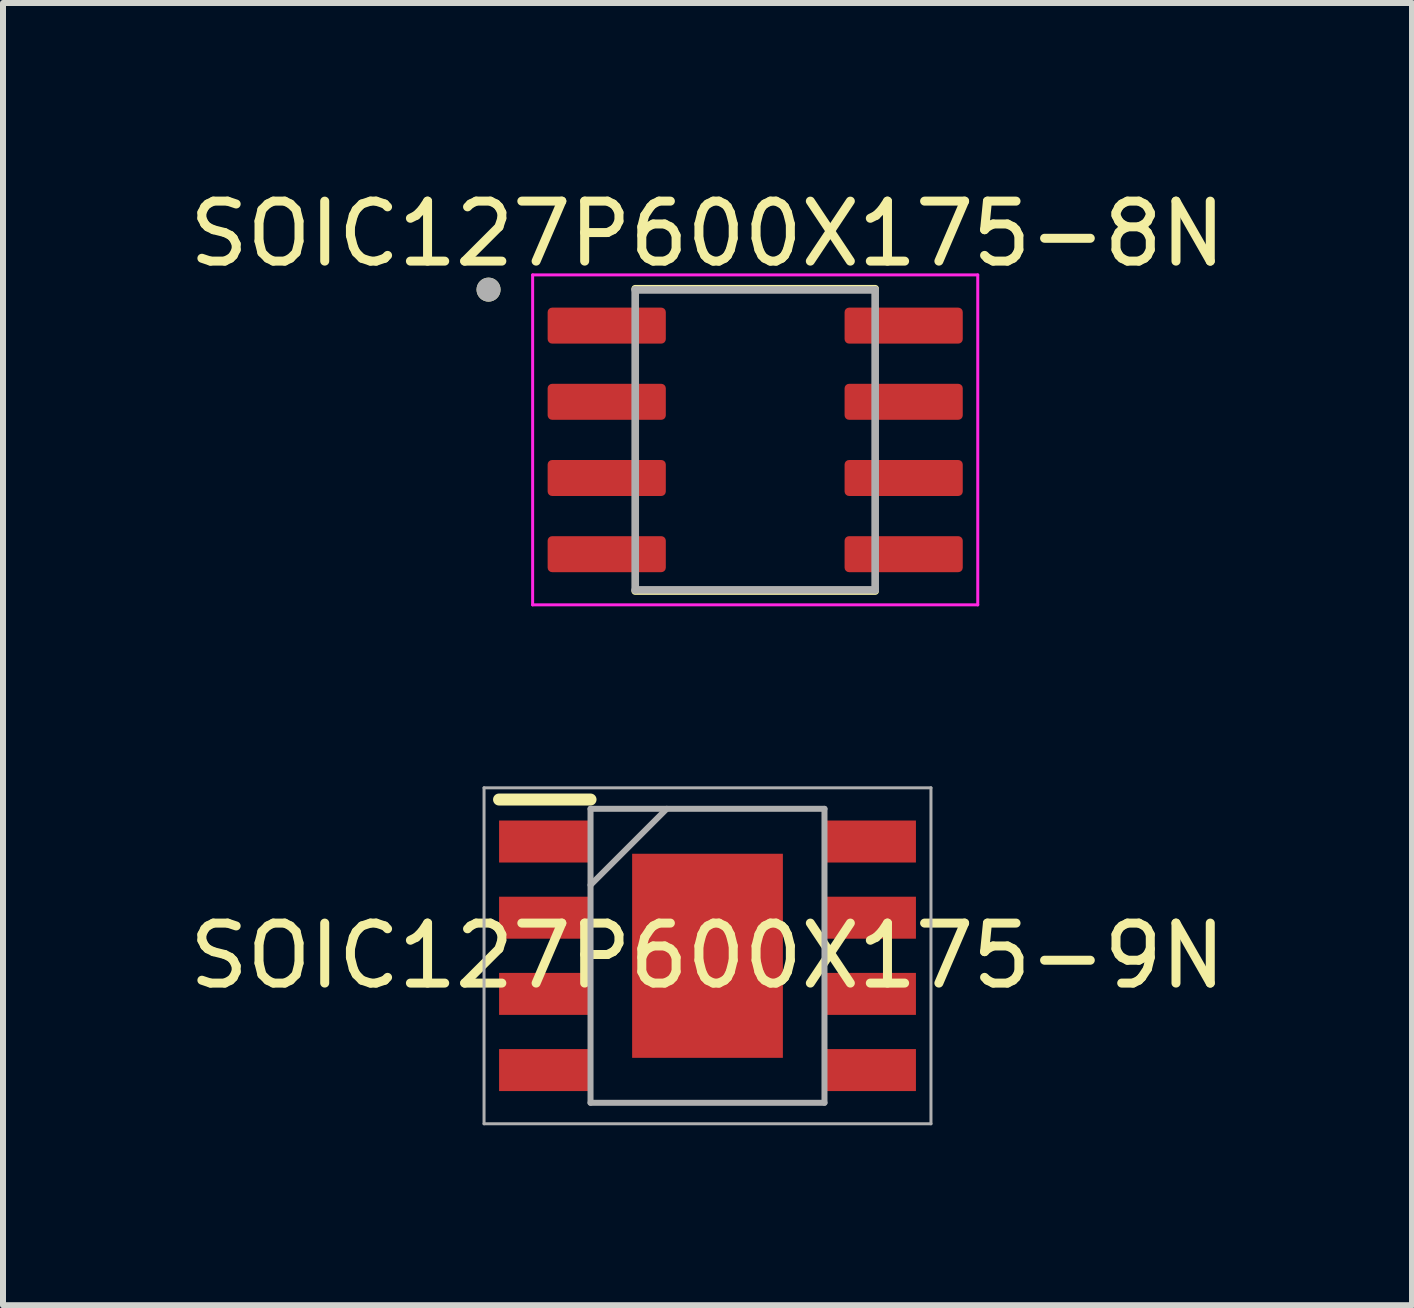
<source format=kicad_pcb>
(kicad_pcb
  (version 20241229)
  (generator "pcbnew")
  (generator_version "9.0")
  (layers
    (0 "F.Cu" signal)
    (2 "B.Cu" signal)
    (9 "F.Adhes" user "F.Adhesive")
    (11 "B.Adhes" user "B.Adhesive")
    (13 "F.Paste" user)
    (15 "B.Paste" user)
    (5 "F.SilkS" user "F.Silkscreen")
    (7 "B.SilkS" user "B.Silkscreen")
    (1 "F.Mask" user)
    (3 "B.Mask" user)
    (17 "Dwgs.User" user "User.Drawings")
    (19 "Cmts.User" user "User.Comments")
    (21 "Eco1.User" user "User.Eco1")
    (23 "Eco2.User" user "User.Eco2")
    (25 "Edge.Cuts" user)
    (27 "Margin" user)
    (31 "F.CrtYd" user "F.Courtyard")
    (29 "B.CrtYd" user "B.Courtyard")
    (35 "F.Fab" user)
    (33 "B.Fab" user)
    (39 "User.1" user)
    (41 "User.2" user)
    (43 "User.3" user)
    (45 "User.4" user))
  (footprint "SOIC127P600X175-8N"
    (layer "F.Cu")
    (at 9.539 4.283)
    (property "Reference" "SOIC127P600X175-8N" (at -0.795 -3.435 0) (layer "F.SilkS") (effects (font (size 1 1) (thickness 0.15))))
    (attr smd)
    (fp_line (start -2 -2.52) (end 2 -2.52) (stroke (width 0.127) (type solid)) (layer "F.SilkS"))
    (fp_line (start -2 2.52) (end 2 2.52) (stroke (width 0.127) (type solid)) (layer "F.SilkS"))
    (fp_circle (center -4.445 -2.505) (end -4.345 -2.505) (stroke (width 0.2) (type solid)) (fill no) (layer "F.SilkS"))
    (fp_line (start -3.71 -2.75) (end -3.71 2.75) (stroke (width 0.05) (type solid)) (layer "F.CrtYd"))
    (fp_line (start -3.71 -2.75) (end 3.71 -2.75) (stroke (width 0.05) (type solid)) (layer "F.CrtYd"))
    (fp_line (start -3.71 2.75) (end 3.71 2.75) (stroke (width 0.05) (type solid)) (layer "F.CrtYd"))
    (fp_line (start 3.71 -2.75) (end 3.71 2.75) (stroke (width 0.05) (type solid)) (layer "F.CrtYd"))
    (fp_line (start -2 -2.5) (end -2 2.5) (stroke (width 0.127) (type solid)) (layer "F.Fab"))
    (fp_line (start -2 -2.5) (end 2 -2.5) (stroke (width 0.127) (type solid)) (layer "F.Fab"))
    (fp_line (start -2 2.5) (end 2 2.5) (stroke (width 0.127) (type solid)) (layer "F.Fab"))
    (fp_line (start 2 -2.5) (end 2 2.5) (stroke (width 0.127) (type solid)) (layer "F.Fab"))
    (fp_circle (center -4.445 -2.505) (end -4.345 -2.505) (stroke (width 0.2) (type solid)) (fill no) (layer "F.Fab"))
    (pad "1" smd roundrect (at -2.475 -1.905) (size 1.97 0.6) (layers "F.Cu" "F.Mask" "F.Paste") (roundrect_rratio 0.125))
    (pad "2" smd roundrect (at -2.475 -0.635) (size 1.97 0.6) (layers "F.Cu" "F.Mask" "F.Paste") (roundrect_rratio 0.125))
    (pad "3" smd roundrect (at -2.475 0.635) (size 1.97 0.6) (layers "F.Cu" "F.Mask" "F.Paste") (roundrect_rratio 0.125))
    (pad "4" smd roundrect (at -2.475 1.905) (size 1.97 0.6) (layers "F.Cu" "F.Mask" "F.Paste") (roundrect_rratio 0.125))
    (pad "5" smd roundrect (at 2.475 1.905) (size 1.97 0.6) (layers "F.Cu" "F.Mask" "F.Paste") (roundrect_rratio 0.125))
    (pad "6" smd roundrect (at 2.475 0.635) (size 1.97 0.6) (layers "F.Cu" "F.Mask" "F.Paste") (roundrect_rratio 0.125))
    (pad "7" smd roundrect (at 2.475 -0.635) (size 1.97 0.6) (layers "F.Cu" "F.Mask" "F.Paste") (roundrect_rratio 0.125))
    (pad "8" smd roundrect (at 2.475 -1.905) (size 1.97 0.6) (layers "F.Cu" "F.Mask" "F.Paste") (roundrect_rratio 0.125)))
  (footprint "SOIC127P600X175-9N"
    (layer "F.Cu")
    (at 8.744 12.883)
    (property "Reference" "SOIC127P600X175-9N" (at 0 0 0) (layer "F.SilkS") (effects (font (size 1 1) (thickness 0.15))))
    (attr smd)
    (fp_line (start -3.475 -2.605) (end -1.95 -2.605) (stroke (width 0.2) (type solid)) (layer "F.SilkS"))
    (fp_line (start -3.725 -2.8) (end 3.725 -2.8) (stroke (width 0.05) (type solid)) (layer "F.Fab"))
    (fp_line (start -3.725 2.8) (end -3.725 -2.8) (stroke (width 0.05) (type solid)) (layer "F.Fab"))
    (fp_line (start -1.95 -2.45) (end 1.95 -2.45) (stroke (width 0.1) (type solid)) (layer "F.Fab"))
    (fp_line (start -1.95 -1.18) (end -0.68 -2.45) (stroke (width 0.1) (type solid)) (layer "F.Fab"))
    (fp_line (start -1.95 2.45) (end -1.95 -2.45) (stroke (width 0.1) (type solid)) (layer "F.Fab"))
    (fp_line (start 1.95 -2.45) (end 1.95 2.45) (stroke (width 0.1) (type solid)) (layer "F.Fab"))
    (fp_line (start 1.95 2.45) (end -1.95 2.45) (stroke (width 0.1) (type solid)) (layer "F.Fab"))
    (fp_line (start 3.725 -2.8) (end 3.725 2.8) (stroke (width 0.05) (type solid)) (layer "F.Fab"))
    (fp_line (start 3.725 2.8) (end -3.725 2.8) (stroke (width 0.05) (type solid)) (layer "F.Fab"))
    (pad "1" smd rect (at -2.712 -1.905) (size 1.525 0.7) (layers "F.Cu" "F.Mask" "F.Paste"))
    (pad "2" smd rect (at -2.712 -0.635) (size 1.525 0.7) (layers "F.Cu" "F.Mask" "F.Paste"))
    (pad "3" smd rect (at -2.712 0.635) (size 1.525 0.7) (layers "F.Cu" "F.Mask" "F.Paste"))
    (pad "4" smd rect (at -2.712 1.905) (size 1.525 0.7) (layers "F.Cu" "F.Mask" "F.Paste"))
    (pad "5" smd rect (at 2.712 1.905) (size 1.525 0.7) (layers "F.Cu" "F.Mask" "F.Paste"))
    (pad "6" smd rect (at 2.712 0.635) (size 1.525 0.7) (layers "F.Cu" "F.Mask" "F.Paste"))
    (pad "7" smd rect (at 2.712 -0.635) (size 1.525 0.7) (layers "F.Cu" "F.Mask" "F.Paste"))
    (pad "8" smd rect (at 2.712 -1.905) (size 1.525 0.7) (layers "F.Cu" "F.Mask" "F.Paste"))
    (pad "9" smd rect (at 0 0) (size 2.513 3.402) (layers "F.Cu" "F.Mask" "F.Paste")))
  (gr_rect
    (start -3 -3)
    (end 20.488 18.708)
    (stroke (width 0.1) (type default))
    (fill no)
    (layer "Edge.Cuts")))
</source>
